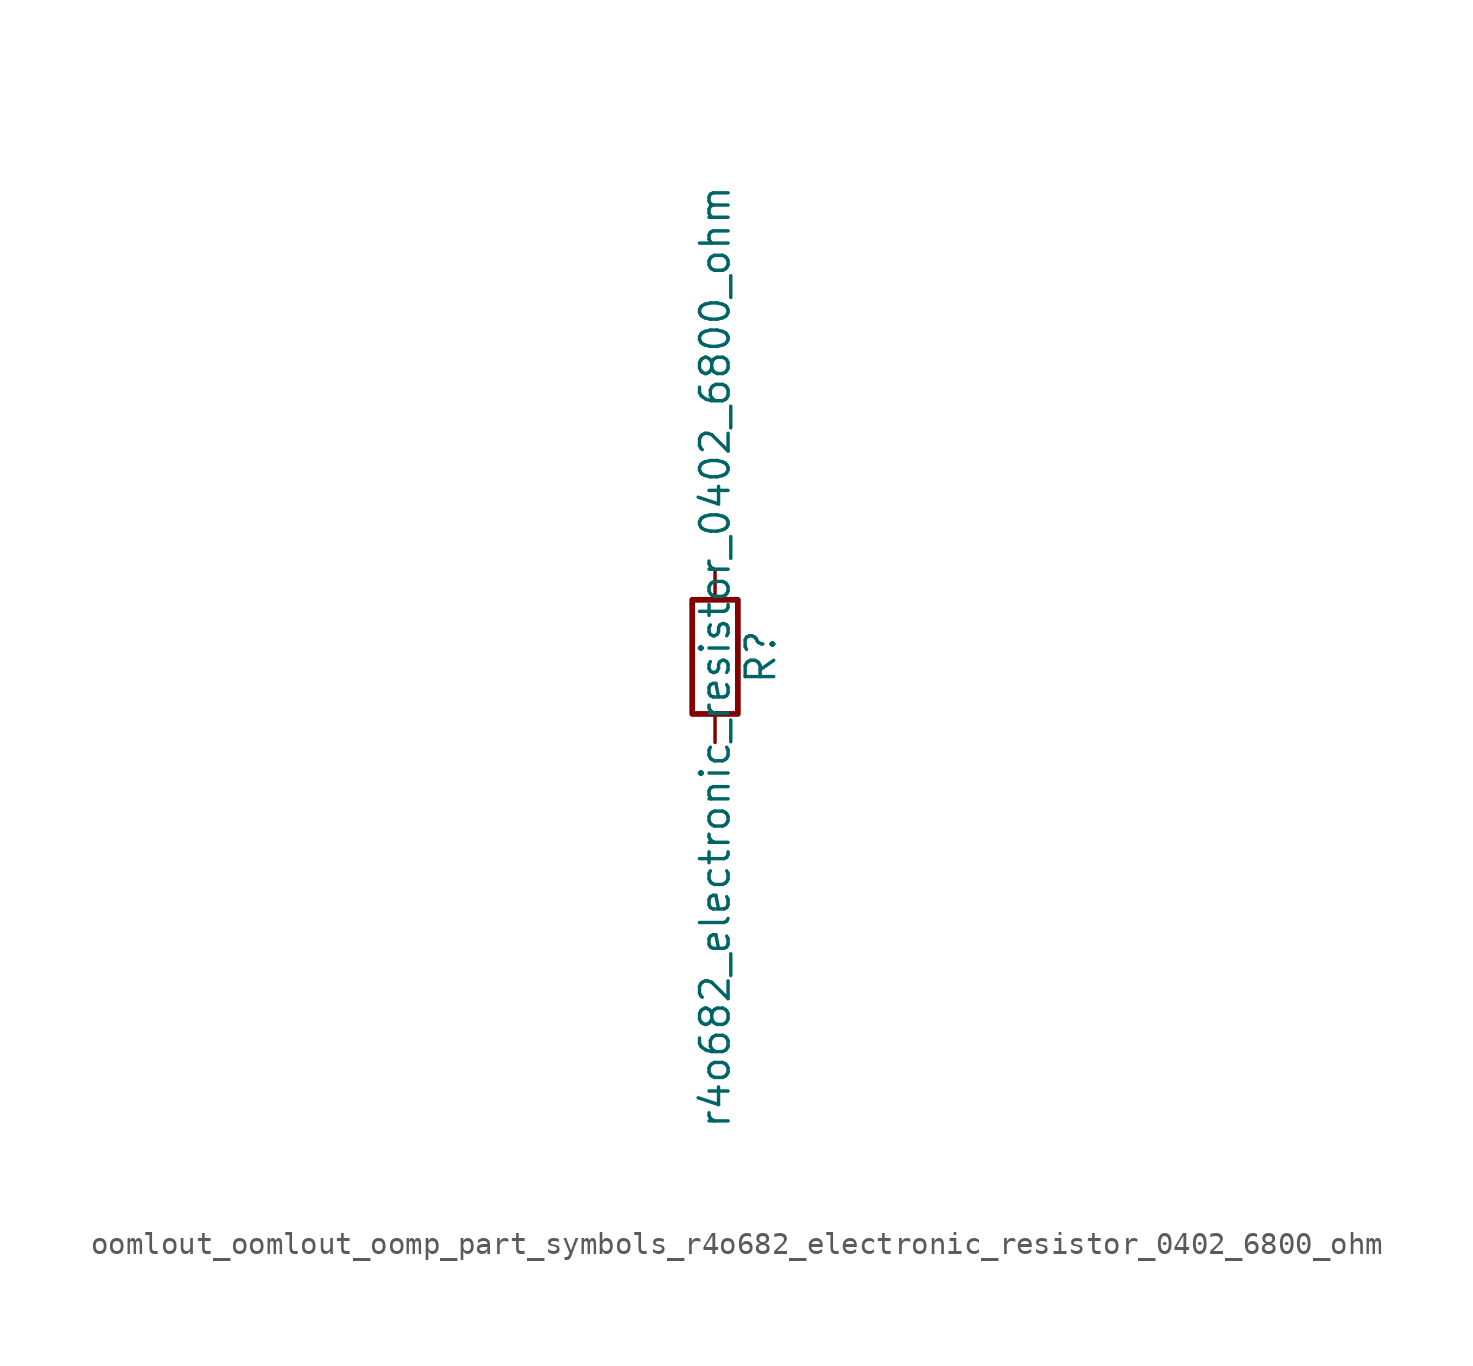
<source format=kicad_sym>
(kicad_symbol_lib
  (version 20220914)
  (generator kicad_symbol_editor)
  (symbol "oomlout_oomlout_oomp_part_symbols_r4o682_electronic_resistor_0402_6800_ohm"
    (pin_numbers hide)
    (pin_names
      (offset 0))
    (property "Reference" "R"
      (at 2.032 0 90)
      (effects (font (size 1.27 1.27))))
    (property "Value" "r4o682_electronic_resistor_0402_6800_ohm"
      (at 0 0 90)
      (effects (font (size 1.27 1.27))))
    (symbol "oomlout_oomlout_oomp_part_symbols_r4o682_electronic_resistor_0402_6800_ohm_0_1"
      (rectangle (start -1.016 -2.54) (end 1.016 2.54) (stroke (width 0.254) (type default)) (fill (type none))))
    (symbol "oomlout_oomlout_oomp_part_symbols_r4o682_electronic_resistor_0402_6800_ohm_1_1"
      (pin passive line (at 0 3.81 270) (length 1.27) (name "~" (effects (font (size 1.27 1.27)))) (number "1" (effects (font (size 1.27 1.27)))))
      (pin passive line (at 0 -3.81 90) (length 1.27) (name "~" (effects (font (size 1.27 1.27)))) (number "2" (effects (font (size 1.27 1.27))))))))
</source>
